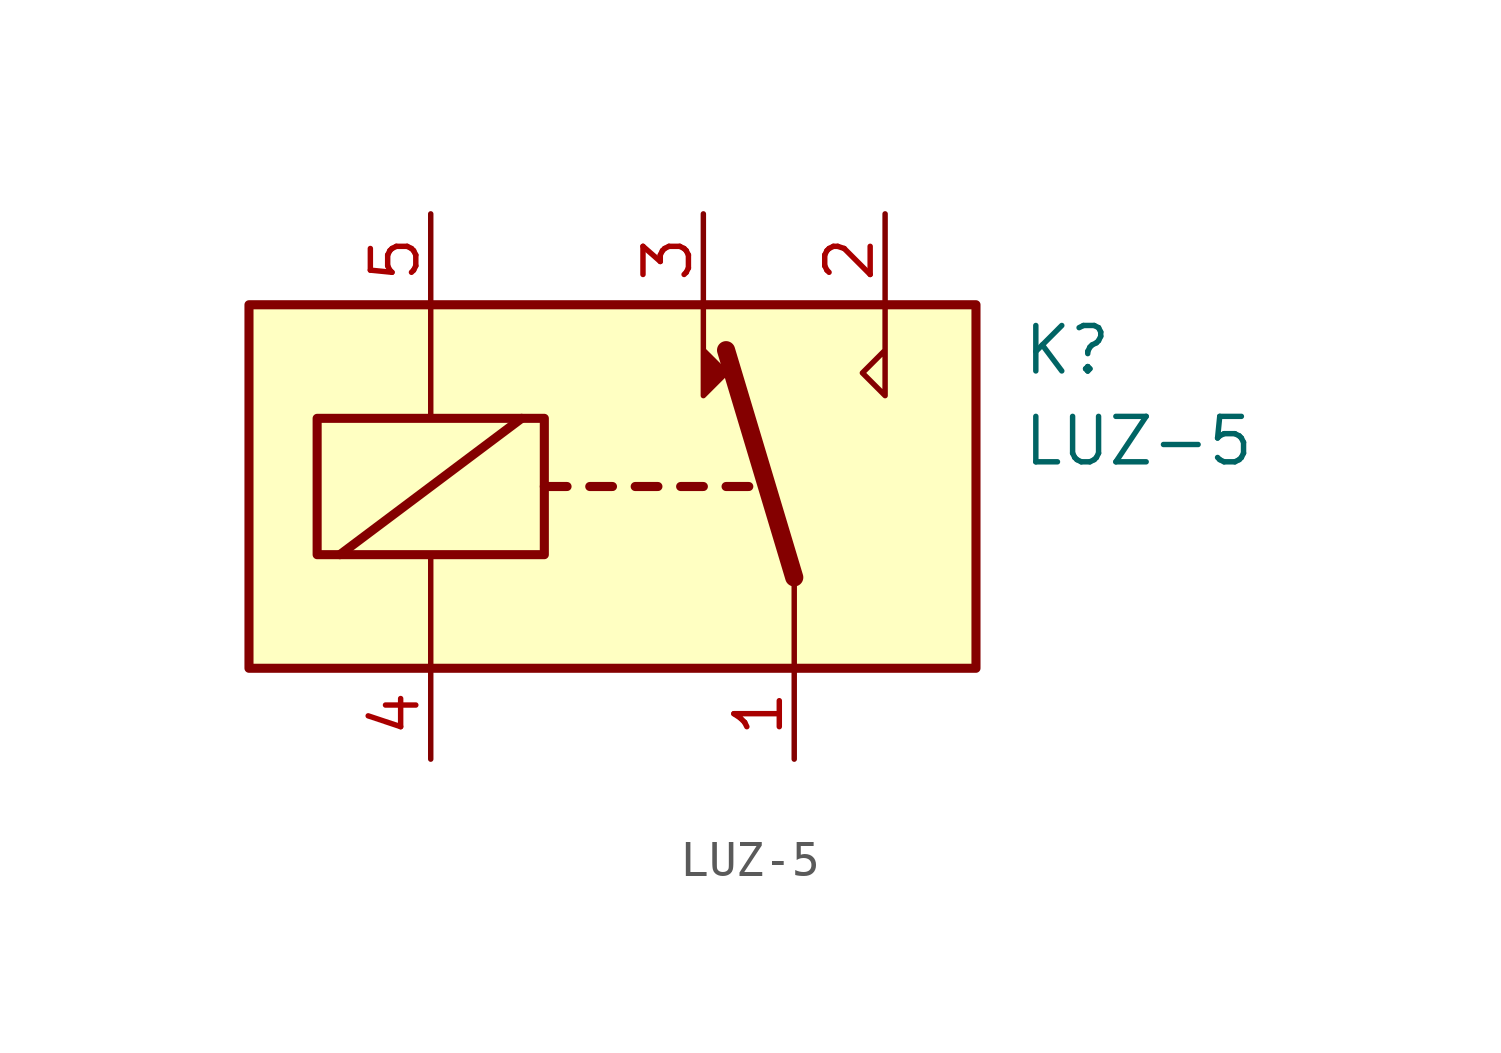
<source format=kicad_sym>
(kicad_symbol_lib
  (version 20211014)
  (generator kicad_symbol_editor)
  (symbol "LUZ-5"
    (property "Reference" "K"
      (at 11.43 3.81 0)
      (effects (font (size 1.27 1.27)) (justify left)))
    (property "Value" "LUZ-5"
      (at 11.43 1.27 0)
      (effects (font (size 1.27 1.27)) (justify left)))
    (symbol "LUZ-5_0_0"
      (polyline (pts (xy 7.62 5.08) (xy 7.62 2.54) (xy 6.985 3.175) (xy 7.62 3.81)) (stroke (width 0) (type default) (color 0 0 0 0)) (fill (type none))))
    (symbol "LUZ-5_0_1"
      (rectangle (start -10.16 5.08) (end 10.16 -5.08) (stroke (width 0.254) (type default) (color 0 0 0 0)) (fill (type background)))
      (rectangle (start -8.255 1.905) (end -1.905 -1.905) (stroke (width 0.254) (type default) (color 0 0 0 0)) (fill (type none)))
      (polyline (pts (xy -7.62 -1.905) (xy -2.54 1.905)) (stroke (width 0.254) (type default) (color 0 0 0 0)) (fill (type none)))
      (polyline (pts (xy -5.08 -5.08) (xy -5.08 -1.905)) (stroke (width 0) (type default) (color 0 0 0 0)) (fill (type none)))
      (polyline (pts (xy -5.08 5.08) (xy -5.08 1.905)) (stroke (width 0) (type default) (color 0 0 0 0)) (fill (type none)))
      (polyline (pts (xy -1.905 0) (xy -1.27 0)) (stroke (width 0.254) (type default) (color 0 0 0 0)) (fill (type none)))
      (polyline (pts (xy -0.635 0) (xy 0 0)) (stroke (width 0.254) (type default) (color 0 0 0 0)) (fill (type none)))
      (polyline (pts (xy 0.635 0) (xy 1.27 0)) (stroke (width 0.254) (type default) (color 0 0 0 0)) (fill (type none)))
      (polyline (pts (xy 1.905 0) (xy 2.54 0)) (stroke (width 0.254) (type default) (color 0 0 0 0)) (fill (type none)))
      (polyline (pts (xy 3.175 0) (xy 3.81 0)) (stroke (width 0.254) (type default) (color 0 0 0 0)) (fill (type none)))
      (polyline (pts (xy 5.08 -2.54) (xy 3.175 3.81)) (stroke (width 0.508) (type default) (color 0 0 0 0)) (fill (type none)))
      (polyline (pts (xy 5.08 -2.54) (xy 5.08 -5.08)) (stroke (width 0) (type default) (color 0 0 0 0)) (fill (type none)))
      (polyline (pts (xy 2.54 5.08) (xy 2.54 2.54) (xy 3.175 3.175) (xy 2.54 3.81)) (stroke (width 0) (type default) (color 0 0 0 0)) (fill (type outline))))
    (symbol "LUZ-5_1_1"
      (pin passive line (at 5.08 -7.62 90) (length 2.54) (name "~" (effects (font (size 1.27 1.27)))) (number "1" (effects (font (size 1.27 1.27)))))
      (pin passive line (at 7.62 7.62 270) (length 2.54) (name "~" (effects (font (size 1.27 1.27)))) (number "2" (effects (font (size 1.27 1.27)))))
      (pin passive line (at 2.54 7.62 270) (length 2.54) (name "~" (effects (font (size 1.27 1.27)))) (number "3" (effects (font (size 1.27 1.27)))))
      (pin passive line (at -5.08 -7.62 90) (length 2.54) (name "~" (effects (font (size 1.27 1.27)))) (number "4" (effects (font (size 1.27 1.27)))))
      (pin passive line (at -5.08 7.62 270) (length 2.54) (name "~" (effects (font (size 1.27 1.27)))) (number "5" (effects (font (size 1.27 1.27)))))
      (pin passive line (at 5.08 -7.62 90) (length 2.54) hide (name "~" (effects (font (size 1.27 1.27)))) (number "6" (effects (font (size 1.27 1.27))))))))
</source>
